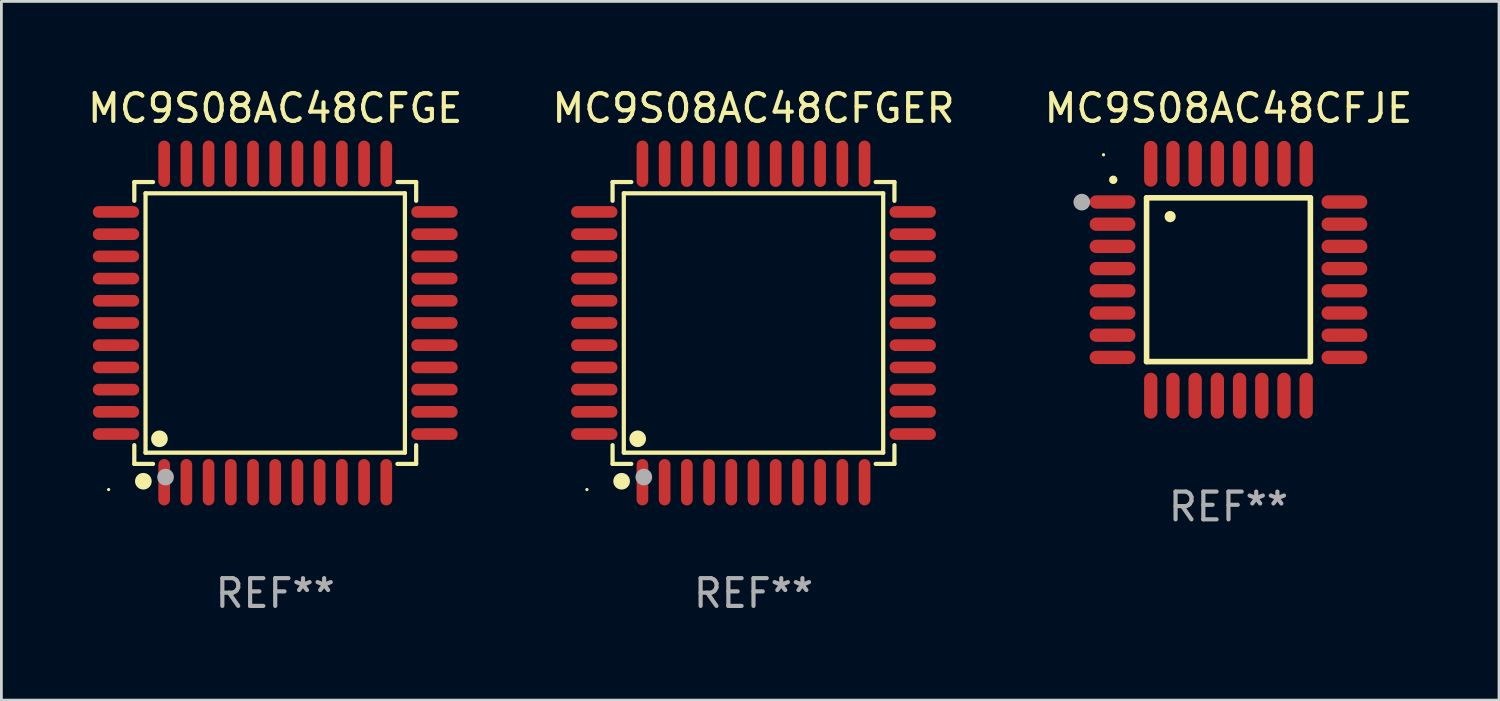
<source format=kicad_pcb>
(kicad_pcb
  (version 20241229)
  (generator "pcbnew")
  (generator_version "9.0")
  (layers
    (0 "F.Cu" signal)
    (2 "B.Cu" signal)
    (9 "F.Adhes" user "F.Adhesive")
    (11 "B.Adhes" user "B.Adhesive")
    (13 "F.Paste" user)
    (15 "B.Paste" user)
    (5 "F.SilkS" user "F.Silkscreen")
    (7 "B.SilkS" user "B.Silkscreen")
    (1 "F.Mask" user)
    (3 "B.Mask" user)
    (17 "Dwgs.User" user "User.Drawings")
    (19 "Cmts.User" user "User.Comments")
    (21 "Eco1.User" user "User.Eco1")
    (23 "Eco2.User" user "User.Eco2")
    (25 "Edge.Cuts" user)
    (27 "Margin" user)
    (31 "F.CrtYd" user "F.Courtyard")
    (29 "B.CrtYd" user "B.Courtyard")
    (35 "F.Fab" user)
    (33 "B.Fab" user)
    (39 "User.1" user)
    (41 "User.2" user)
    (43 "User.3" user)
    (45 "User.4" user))
  (footprint "MC9S08AC48CFGER"
    (layer "F.Cu")
    (at 24.089 8.583)
    (property "Reference" "MC9S08AC48CFGER" (at 0 -7.735 0) (layer "F.SilkS") (effects (font (size 1 1) (thickness 0.15))))
    (attr through_hole)
    (fp_line (start -5.076 -5.076) (end -4.401 -5.076) (stroke (width 0.152) (type solid)) (layer "F.SilkS"))
    (fp_line (start -5.076 -4.401) (end -5.076 -5.076) (stroke (width 0.152) (type solid)) (layer "F.SilkS"))
    (fp_line (start -5.076 4.401) (end -5.076 5.076) (stroke (width 0.152) (type solid)) (layer "F.SilkS"))
    (fp_line (start -5.076 5.076) (end -4.401 5.076) (stroke (width 0.152) (type solid)) (layer "F.SilkS"))
    (fp_line (start -4.671 -4.671) (end 4.671 -4.671) (stroke (width 0.152) (type solid)) (layer "F.SilkS"))
    (fp_line (start -4.671 4.671) (end -4.671 -4.671) (stroke (width 0.152) (type solid)) (layer "F.SilkS"))
    (fp_line (start 4.671 -4.671) (end 4.671 4.671) (stroke (width 0.152) (type solid)) (layer "F.SilkS"))
    (fp_line (start 4.671 4.671) (end -4.671 4.671) (stroke (width 0.152) (type solid)) (layer "F.SilkS"))
    (fp_line (start 5.076 -5.076) (end 4.401 -5.076) (stroke (width 0.152) (type solid)) (layer "F.SilkS"))
    (fp_line (start 5.076 -4.401) (end 5.076 -5.076) (stroke (width 0.152) (type solid)) (layer "F.SilkS"))
    (fp_line (start 5.076 4.401) (end 5.076 5.076) (stroke (width 0.152) (type solid)) (layer "F.SilkS"))
    (fp_line (start 5.076 5.076) (end 4.401 5.076) (stroke (width 0.152) (type solid)) (layer "F.SilkS"))
    (fp_circle (center -6 6) (end -5.97 6) (stroke (width 0.06) (type solid)) (fill no) (layer "F.SilkS"))
    (fp_circle (center -4.75 5.7) (end -4.6 5.7) (stroke (width 0.3) (type solid)) (fill no) (layer "F.SilkS"))
    (fp_circle (center -4.171 4.171) (end -4.021 4.171) (stroke (width 0.3) (type solid)) (fill no) (layer "F.SilkS"))
    (fp_circle (center -3.95 5.55) (end -3.8 5.55) (stroke (width 0.3) (type solid)) (fill no) (layer "F.Fab"))
    (fp_text user "REF**" (at 0 9.735 0) (layer "F.Fab") (effects (font (size 1 1) (thickness 0.15))))
    (pad "1" smd oval (at -4 5.735) (size 0.42 1.67) (layers "F.Cu" "F.Mask" "F.Paste"))
    (pad "2" smd oval (at -3.2 5.735) (size 0.42 1.67) (layers "F.Cu" "F.Mask" "F.Paste"))
    (pad "3" smd oval (at -2.4 5.735) (size 0.42 1.67) (layers "F.Cu" "F.Mask" "F.Paste"))
    (pad "4" smd oval (at -1.6 5.735) (size 0.42 1.67) (layers "F.Cu" "F.Mask" "F.Paste"))
    (pad "5" smd oval (at -0.8 5.735) (size 0.42 1.67) (layers "F.Cu" "F.Mask" "F.Paste"))
    (pad "6" smd oval (at 0 5.735) (size 0.42 1.67) (layers "F.Cu" "F.Mask" "F.Paste"))
    (pad "7" smd oval (at 0.8 5.735) (size 0.42 1.67) (layers "F.Cu" "F.Mask" "F.Paste"))
    (pad "8" smd oval (at 1.6 5.735) (size 0.42 1.67) (layers "F.Cu" "F.Mask" "F.Paste"))
    (pad "9" smd oval (at 2.4 5.735) (size 0.42 1.67) (layers "F.Cu" "F.Mask" "F.Paste"))
    (pad "10" smd oval (at 3.2 5.735) (size 0.42 1.67) (layers "F.Cu" "F.Mask" "F.Paste"))
    (pad "11" smd oval (at 4 5.735) (size 0.42 1.67) (layers "F.Cu" "F.Mask" "F.Paste"))
    (pad "12" smd oval (at 5.735 4) (size 1.67 0.42) (layers "F.Cu" "F.Mask" "F.Paste"))
    (pad "13" smd oval (at 5.735 3.2) (size 1.67 0.42) (layers "F.Cu" "F.Mask" "F.Paste"))
    (pad "14" smd oval (at 5.735 2.4) (size 1.67 0.42) (layers "F.Cu" "F.Mask" "F.Paste"))
    (pad "15" smd oval (at 5.735 1.6) (size 1.67 0.42) (layers "F.Cu" "F.Mask" "F.Paste"))
    (pad "16" smd oval (at 5.735 0.8) (size 1.67 0.42) (layers "F.Cu" "F.Mask" "F.Paste"))
    (pad "17" smd oval (at 5.735 0) (size 1.67 0.42) (layers "F.Cu" "F.Mask" "F.Paste"))
    (pad "18" smd oval (at 5.735 -0.8) (size 1.67 0.42) (layers "F.Cu" "F.Mask" "F.Paste"))
    (pad "19" smd oval (at 5.735 -1.6) (size 1.67 0.42) (layers "F.Cu" "F.Mask" "F.Paste"))
    (pad "20" smd oval (at 5.735 -2.4) (size 1.67 0.42) (layers "F.Cu" "F.Mask" "F.Paste"))
    (pad "21" smd oval (at 5.735 -3.2) (size 1.67 0.42) (layers "F.Cu" "F.Mask" "F.Paste"))
    (pad "22" smd oval (at 5.735 -4) (size 1.67 0.42) (layers "F.Cu" "F.Mask" "F.Paste"))
    (pad "23" smd oval (at 4 -5.735) (size 0.42 1.67) (layers "F.Cu" "F.Mask" "F.Paste"))
    (pad "24" smd oval (at 3.2 -5.735) (size 0.42 1.67) (layers "F.Cu" "F.Mask" "F.Paste"))
    (pad "25" smd oval (at 2.4 -5.735) (size 0.42 1.67) (layers "F.Cu" "F.Mask" "F.Paste"))
    (pad "26" smd oval (at 1.6 -5.735) (size 0.42 1.67) (layers "F.Cu" "F.Mask" "F.Paste"))
    (pad "27" smd oval (at 0.8 -5.735) (size 0.42 1.67) (layers "F.Cu" "F.Mask" "F.Paste"))
    (pad "28" smd oval (at 0 -5.735) (size 0.42 1.67) (layers "F.Cu" "F.Mask" "F.Paste"))
    (pad "29" smd oval (at -0.8 -5.735) (size 0.42 1.67) (layers "F.Cu" "F.Mask" "F.Paste"))
    (pad "30" smd oval (at -1.6 -5.735) (size 0.42 1.67) (layers "F.Cu" "F.Mask" "F.Paste"))
    (pad "31" smd oval (at -2.4 -5.735) (size 0.42 1.67) (layers "F.Cu" "F.Mask" "F.Paste"))
    (pad "32" smd oval (at -3.2 -5.735) (size 0.42 1.67) (layers "F.Cu" "F.Mask" "F.Paste"))
    (pad "33" smd oval (at -4 -5.735) (size 0.42 1.67) (layers "F.Cu" "F.Mask" "F.Paste"))
    (pad "34" smd oval (at -5.735 -4) (size 1.67 0.42) (layers "F.Cu" "F.Mask" "F.Paste"))
    (pad "35" smd oval (at -5.735 -3.2) (size 1.67 0.42) (layers "F.Cu" "F.Mask" "F.Paste"))
    (pad "36" smd oval (at -5.735 -2.4) (size 1.67 0.42) (layers "F.Cu" "F.Mask" "F.Paste"))
    (pad "37" smd oval (at -5.735 -1.6) (size 1.67 0.42) (layers "F.Cu" "F.Mask" "F.Paste"))
    (pad "38" smd oval (at -5.735 -0.8) (size 1.67 0.42) (layers "F.Cu" "F.Mask" "F.Paste"))
    (pad "39" smd oval (at -5.735 0) (size 1.67 0.42) (layers "F.Cu" "F.Mask" "F.Paste"))
    (pad "40" smd oval (at -5.735 0.8) (size 1.67 0.42) (layers "F.Cu" "F.Mask" "F.Paste"))
    (pad "41" smd oval (at -5.735 1.6) (size 1.67 0.42) (layers "F.Cu" "F.Mask" "F.Paste"))
    (pad "42" smd oval (at -5.735 2.4) (size 1.67 0.42) (layers "F.Cu" "F.Mask" "F.Paste"))
    (pad "43" smd oval (at -5.735 3.2) (size 1.67 0.42) (layers "F.Cu" "F.Mask" "F.Paste"))
    (pad "44" smd oval (at -5.735 4) (size 1.67 0.42) (layers "F.Cu" "F.Mask" "F.Paste")))
  (footprint "MC9S08AC48CFJE"
    (layer "F.Cu")
    (at 41.196 7.024)
    (property "Reference" "MC9S08AC48CFJE" (at 0 -6.176 0) (layer "F.SilkS") (effects (font (size 1 1) (thickness 0.15))))
    (attr through_hole)
    (fp_line (start -2.95 -2.95) (end -2.95 2.95) (stroke (width 0.2) (type solid)) (layer "F.SilkS"))
    (fp_line (start -2.95 2.95) (end 2.95 2.95) (stroke (width 0.2) (type solid)) (layer "F.SilkS"))
    (fp_line (start 2.95 -2.95) (end -2.95 -2.95) (stroke (width 0.2) (type solid)) (layer "F.SilkS"))
    (fp_line (start 2.95 2.95) (end 2.95 -2.95) (stroke (width 0.2) (type solid)) (layer "F.SilkS"))
    (fp_arc (start -4.150178 -3.596622) (mid -4.150183 -3.597892) (end -4.150178 -3.599162) (stroke (width 0.3) (type solid)) (layer "F.SilkS"))
    (fp_arc (start -2.100394 -2.270739) (mid -2.10041 -2.273279) (end -2.100394 -2.275819) (stroke (width 0.4) (type solid)) (layer "F.SilkS"))
    (fp_circle (center -4.5 -4.5) (end -4.47 -4.5) (stroke (width 0.06) (type solid)) (fill no) (layer "F.SilkS"))
    (fp_circle (center -5.283 -2.794) (end -5.133 -2.794) (stroke (width 0.3) (type solid)) (fill no) (layer "F.Fab"))
    (fp_text user "REF**" (at 0 8.176 0) (layer "F.Fab") (effects (font (size 1 1) (thickness 0.15))))
    (pad "1" smd oval (at -4.176 -2.799 90) (size 0.48 1.65) (layers "F.Cu" "F.Mask" "F.Paste"))
    (pad "2" smd oval (at -4.176 -2 90) (size 0.48 1.65) (layers "F.Cu" "F.Mask" "F.Paste"))
    (pad "3" smd oval (at -4.176 -1.2 90) (size 0.48 1.65) (layers "F.Cu" "F.Mask" "F.Paste"))
    (pad "4" smd oval (at -4.176 -0.4 90) (size 0.48 1.65) (layers "F.Cu" "F.Mask" "F.Paste"))
    (pad "5" smd oval (at -4.176 0.4 90) (size 0.48 1.65) (layers "F.Cu" "F.Mask" "F.Paste"))
    (pad "6" smd oval (at -4.176 1.2 90) (size 0.48 1.65) (layers "F.Cu" "F.Mask" "F.Paste"))
    (pad "7" smd oval (at -4.176 2 90) (size 0.48 1.65) (layers "F.Cu" "F.Mask" "F.Paste"))
    (pad "8" smd oval (at -4.176 2.799 90) (size 0.48 1.65) (layers "F.Cu" "F.Mask" "F.Paste"))
    (pad "9" smd oval (at -2.799 4.176) (size 0.48 1.65) (layers "F.Cu" "F.Mask" "F.Paste"))
    (pad "10" smd oval (at -2 4.176) (size 0.48 1.65) (layers "F.Cu" "F.Mask" "F.Paste"))
    (pad "11" smd oval (at -1.2 4.176) (size 0.48 1.65) (layers "F.Cu" "F.Mask" "F.Paste"))
    (pad "12" smd oval (at -0.4 4.176) (size 0.48 1.65) (layers "F.Cu" "F.Mask" "F.Paste"))
    (pad "13" smd oval (at 0.4 4.176) (size 0.48 1.65) (layers "F.Cu" "F.Mask" "F.Paste"))
    (pad "14" smd oval (at 1.2 4.176) (size 0.48 1.65) (layers "F.Cu" "F.Mask" "F.Paste"))
    (pad "15" smd oval (at 2 4.176) (size 0.48 1.65) (layers "F.Cu" "F.Mask" "F.Paste"))
    (pad "16" smd oval (at 2.799 4.176) (size 0.48 1.65) (layers "F.Cu" "F.Mask" "F.Paste"))
    (pad "17" smd oval (at 4.176 2.799 90) (size 0.48 1.65) (layers "F.Cu" "F.Mask" "F.Paste"))
    (pad "18" smd oval (at 4.176 2 90) (size 0.48 1.65) (layers "F.Cu" "F.Mask" "F.Paste"))
    (pad "19" smd oval (at 4.176 1.2 90) (size 0.48 1.65) (layers "F.Cu" "F.Mask" "F.Paste"))
    (pad "20" smd oval (at 4.176 0.4 90) (size 0.48 1.65) (layers "F.Cu" "F.Mask" "F.Paste"))
    (pad "21" smd oval (at 4.176 -0.4 90) (size 0.48 1.65) (layers "F.Cu" "F.Mask" "F.Paste"))
    (pad "22" smd oval (at 4.176 -1.2 90) (size 0.48 1.65) (layers "F.Cu" "F.Mask" "F.Paste"))
    (pad "23" smd oval (at 4.176 -2 90) (size 0.48 1.65) (layers "F.Cu" "F.Mask" "F.Paste"))
    (pad "24" smd oval (at 4.176 -2.799 90) (size 0.48 1.65) (layers "F.Cu" "F.Mask" "F.Paste"))
    (pad "25" smd oval (at 2.799 -4.176) (size 0.48 1.65) (layers "F.Cu" "F.Mask" "F.Paste"))
    (pad "26" smd oval (at 1.999 -4.176) (size 0.48 1.65) (layers "F.Cu" "F.Mask" "F.Paste"))
    (pad "27" smd oval (at 1.199 -4.176) (size 0.48 1.65) (layers "F.Cu" "F.Mask" "F.Paste"))
    (pad "28" smd oval (at 0.399 -4.176) (size 0.48 1.65) (layers "F.Cu" "F.Mask" "F.Paste"))
    (pad "29" smd oval (at -0.399 -4.176) (size 0.48 1.65) (layers "F.Cu" "F.Mask" "F.Paste"))
    (pad "30" smd oval (at -1.199 -4.176) (size 0.48 1.65) (layers "F.Cu" "F.Mask" "F.Paste"))
    (pad "31" smd oval (at -1.999 -4.176) (size 0.48 1.65) (layers "F.Cu" "F.Mask" "F.Paste"))
    (pad "32" smd oval (at -2.799 -4.176) (size 0.48 1.65) (layers "F.Cu" "F.Mask" "F.Paste")))
  (footprint "MC9S08AC48CFGE"
    (layer "F.Cu")
    (at 6.863 8.583)
    (property "Reference" "MC9S08AC48CFGE" (at 0 -7.735 0) (layer "F.SilkS") (effects (font (size 1 1) (thickness 0.15))))
    (attr through_hole)
    (fp_line (start -5.076 -5.076) (end -4.401 -5.076) (stroke (width 0.152) (type solid)) (layer "F.SilkS"))
    (fp_line (start -5.076 -4.401) (end -5.076 -5.076) (stroke (width 0.152) (type solid)) (layer "F.SilkS"))
    (fp_line (start -5.076 4.401) (end -5.076 5.076) (stroke (width 0.152) (type solid)) (layer "F.SilkS"))
    (fp_line (start -5.076 5.076) (end -4.401 5.076) (stroke (width 0.152) (type solid)) (layer "F.SilkS"))
    (fp_line (start -4.671 -4.671) (end 4.671 -4.671) (stroke (width 0.152) (type solid)) (layer "F.SilkS"))
    (fp_line (start -4.671 4.671) (end -4.671 -4.671) (stroke (width 0.152) (type solid)) (layer "F.SilkS"))
    (fp_line (start 4.671 -4.671) (end 4.671 4.671) (stroke (width 0.152) (type solid)) (layer "F.SilkS"))
    (fp_line (start 4.671 4.671) (end -4.671 4.671) (stroke (width 0.152) (type solid)) (layer "F.SilkS"))
    (fp_line (start 5.076 -5.076) (end 4.401 -5.076) (stroke (width 0.152) (type solid)) (layer "F.SilkS"))
    (fp_line (start 5.076 -4.401) (end 5.076 -5.076) (stroke (width 0.152) (type solid)) (layer "F.SilkS"))
    (fp_line (start 5.076 4.401) (end 5.076 5.076) (stroke (width 0.152) (type solid)) (layer "F.SilkS"))
    (fp_line (start 5.076 5.076) (end 4.401 5.076) (stroke (width 0.152) (type solid)) (layer "F.SilkS"))
    (fp_circle (center -6 6) (end -5.97 6) (stroke (width 0.06) (type solid)) (fill no) (layer "F.SilkS"))
    (fp_circle (center -4.75 5.7) (end -4.6 5.7) (stroke (width 0.3) (type solid)) (fill no) (layer "F.SilkS"))
    (fp_circle (center -4.171 4.171) (end -4.021 4.171) (stroke (width 0.3) (type solid)) (fill no) (layer "F.SilkS"))
    (fp_circle (center -3.95 5.55) (end -3.8 5.55) (stroke (width 0.3) (type solid)) (fill no) (layer "F.Fab"))
    (fp_text user "REF**" (at 0 9.735 0) (layer "F.Fab") (effects (font (size 1 1) (thickness 0.15))))
    (pad "1" smd oval (at -4 5.735) (size 0.42 1.67) (layers "F.Cu" "F.Mask" "F.Paste"))
    (pad "2" smd oval (at -3.2 5.735) (size 0.42 1.67) (layers "F.Cu" "F.Mask" "F.Paste"))
    (pad "3" smd oval (at -2.4 5.735) (size 0.42 1.67) (layers "F.Cu" "F.Mask" "F.Paste"))
    (pad "4" smd oval (at -1.6 5.735) (size 0.42 1.67) (layers "F.Cu" "F.Mask" "F.Paste"))
    (pad "5" smd oval (at -0.8 5.735) (size 0.42 1.67) (layers "F.Cu" "F.Mask" "F.Paste"))
    (pad "6" smd oval (at 0 5.735) (size 0.42 1.67) (layers "F.Cu" "F.Mask" "F.Paste"))
    (pad "7" smd oval (at 0.8 5.735) (size 0.42 1.67) (layers "F.Cu" "F.Mask" "F.Paste"))
    (pad "8" smd oval (at 1.6 5.735) (size 0.42 1.67) (layers "F.Cu" "F.Mask" "F.Paste"))
    (pad "9" smd oval (at 2.4 5.735) (size 0.42 1.67) (layers "F.Cu" "F.Mask" "F.Paste"))
    (pad "10" smd oval (at 3.2 5.735) (size 0.42 1.67) (layers "F.Cu" "F.Mask" "F.Paste"))
    (pad "11" smd oval (at 4 5.735) (size 0.42 1.67) (layers "F.Cu" "F.Mask" "F.Paste"))
    (pad "12" smd oval (at 5.735 4) (size 1.67 0.42) (layers "F.Cu" "F.Mask" "F.Paste"))
    (pad "13" smd oval (at 5.735 3.2) (size 1.67 0.42) (layers "F.Cu" "F.Mask" "F.Paste"))
    (pad "14" smd oval (at 5.735 2.4) (size 1.67 0.42) (layers "F.Cu" "F.Mask" "F.Paste"))
    (pad "15" smd oval (at 5.735 1.6) (size 1.67 0.42) (layers "F.Cu" "F.Mask" "F.Paste"))
    (pad "16" smd oval (at 5.735 0.8) (size 1.67 0.42) (layers "F.Cu" "F.Mask" "F.Paste"))
    (pad "17" smd oval (at 5.735 0) (size 1.67 0.42) (layers "F.Cu" "F.Mask" "F.Paste"))
    (pad "18" smd oval (at 5.735 -0.8) (size 1.67 0.42) (layers "F.Cu" "F.Mask" "F.Paste"))
    (pad "19" smd oval (at 5.735 -1.6) (size 1.67 0.42) (layers "F.Cu" "F.Mask" "F.Paste"))
    (pad "20" smd oval (at 5.735 -2.4) (size 1.67 0.42) (layers "F.Cu" "F.Mask" "F.Paste"))
    (pad "21" smd oval (at 5.735 -3.2) (size 1.67 0.42) (layers "F.Cu" "F.Mask" "F.Paste"))
    (pad "22" smd oval (at 5.735 -4) (size 1.67 0.42) (layers "F.Cu" "F.Mask" "F.Paste"))
    (pad "23" smd oval (at 4 -5.735) (size 0.42 1.67) (layers "F.Cu" "F.Mask" "F.Paste"))
    (pad "24" smd oval (at 3.2 -5.735) (size 0.42 1.67) (layers "F.Cu" "F.Mask" "F.Paste"))
    (pad "25" smd oval (at 2.4 -5.735) (size 0.42 1.67) (layers "F.Cu" "F.Mask" "F.Paste"))
    (pad "26" smd oval (at 1.6 -5.735) (size 0.42 1.67) (layers "F.Cu" "F.Mask" "F.Paste"))
    (pad "27" smd oval (at 0.8 -5.735) (size 0.42 1.67) (layers "F.Cu" "F.Mask" "F.Paste"))
    (pad "28" smd oval (at 0 -5.735) (size 0.42 1.67) (layers "F.Cu" "F.Mask" "F.Paste"))
    (pad "29" smd oval (at -0.8 -5.735) (size 0.42 1.67) (layers "F.Cu" "F.Mask" "F.Paste"))
    (pad "30" smd oval (at -1.6 -5.735) (size 0.42 1.67) (layers "F.Cu" "F.Mask" "F.Paste"))
    (pad "31" smd oval (at -2.4 -5.735) (size 0.42 1.67) (layers "F.Cu" "F.Mask" "F.Paste"))
    (pad "32" smd oval (at -3.2 -5.735) (size 0.42 1.67) (layers "F.Cu" "F.Mask" "F.Paste"))
    (pad "33" smd oval (at -4 -5.735) (size 0.42 1.67) (layers "F.Cu" "F.Mask" "F.Paste"))
    (pad "34" smd oval (at -5.735 -4) (size 1.67 0.42) (layers "F.Cu" "F.Mask" "F.Paste"))
    (pad "35" smd oval (at -5.735 -3.2) (size 1.67 0.42) (layers "F.Cu" "F.Mask" "F.Paste"))
    (pad "36" smd oval (at -5.735 -2.4) (size 1.67 0.42) (layers "F.Cu" "F.Mask" "F.Paste"))
    (pad "37" smd oval (at -5.735 -1.6) (size 1.67 0.42) (layers "F.Cu" "F.Mask" "F.Paste"))
    (pad "38" smd oval (at -5.735 -0.8) (size 1.67 0.42) (layers "F.Cu" "F.Mask" "F.Paste"))
    (pad "39" smd oval (at -5.735 0) (size 1.67 0.42) (layers "F.Cu" "F.Mask" "F.Paste"))
    (pad "40" smd oval (at -5.735 0.8) (size 1.67 0.42) (layers "F.Cu" "F.Mask" "F.Paste"))
    (pad "41" smd oval (at -5.735 1.6) (size 1.67 0.42) (layers "F.Cu" "F.Mask" "F.Paste"))
    (pad "42" smd oval (at -5.735 2.4) (size 1.67 0.42) (layers "F.Cu" "F.Mask" "F.Paste"))
    (pad "43" smd oval (at -5.735 3.2) (size 1.67 0.42) (layers "F.Cu" "F.Mask" "F.Paste"))
    (pad "44" smd oval (at -5.735 4) (size 1.67 0.42) (layers "F.Cu" "F.Mask" "F.Paste")))
  (gr_rect
    (start -3 -3)
    (end 50.94 22.167)
    (stroke (width 0.1) (type default))
    (fill no)
    (layer "Edge.Cuts")))
</source>
